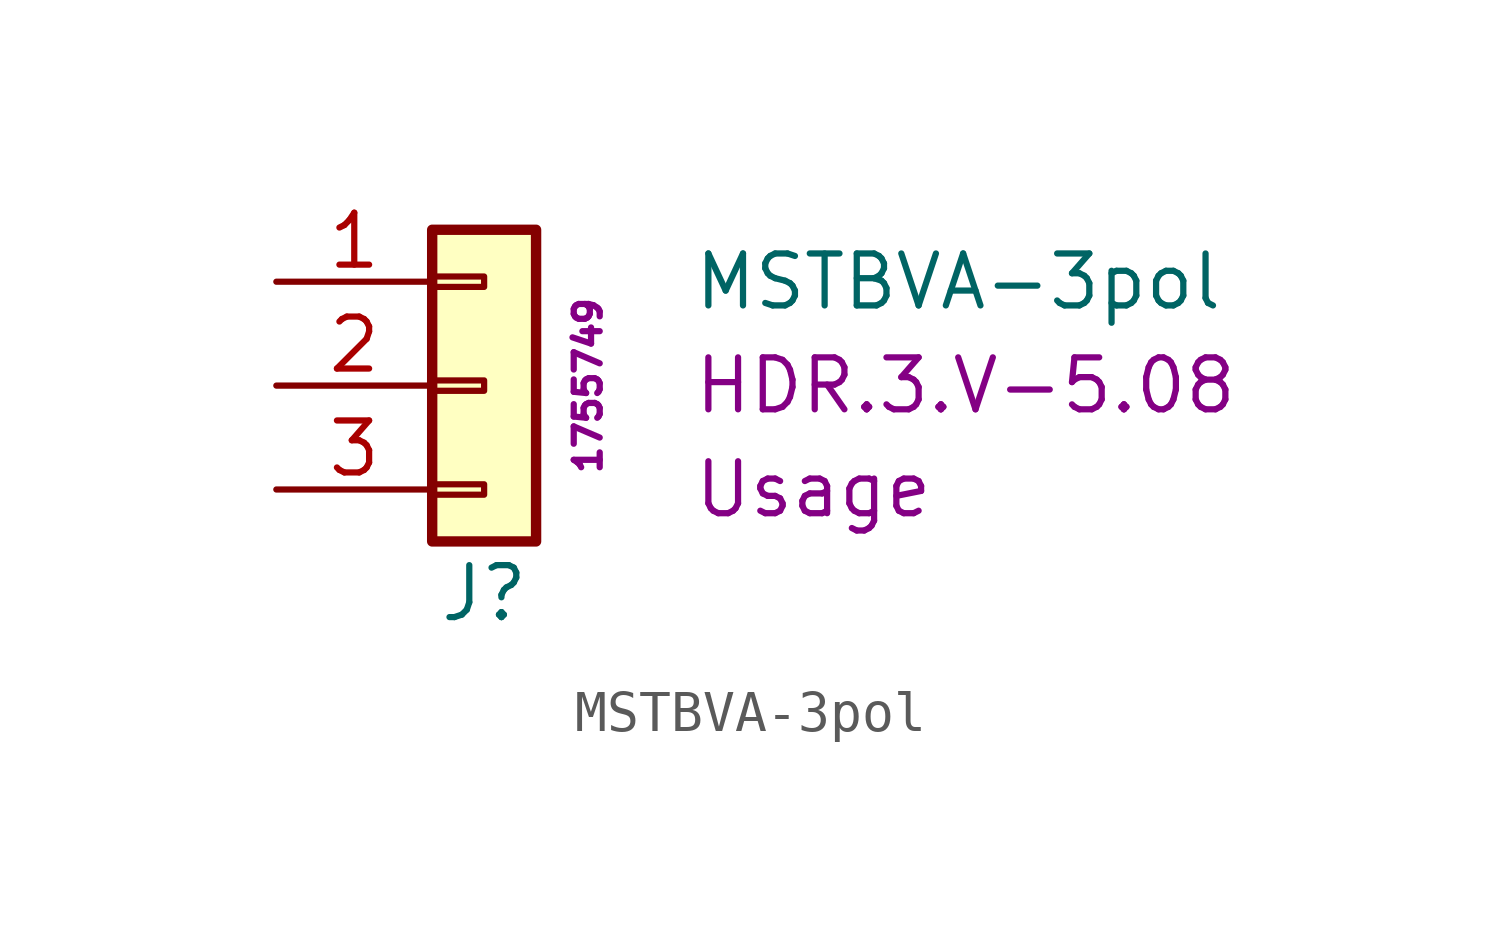
<source format=kicad_sym>
(kicad_symbol_lib
  (version 20231120)
  (generator "kicad_symbol_editor")
  (generator_version "8.0")
  (symbol "MSTBVA-3pol"
    (pin_names
      (offset 1.016) hide)
    (property "Reference" "J"
      (at 0 -5.08 0)
      (effects (font (size 1.27 1.27))))
    (property "Value" "MSTBVA-3pol"
      (at 5.08 2.54 0)
      (effects (font (size 1.27 1.27)) (justify left)))
    (property "Package" "HDR.3.V-5.08"
      (at 5.08 0 0)
      (effects (font (size 1.27 1.27)) (justify left)))
    (property "Usage" "Usage"
      (at 5.08 -2.54 0)
      (effects (font (size 1.27 1.27)) (justify left)))
    (property "MPN" "1755749"
      (at 2.54 0 90)
      (effects (font (size 0.635 0.635))))
    (symbol "MSTBVA-3pol_1_1"
      (rectangle (start -1.27 -2.413) (end 0 -2.667) (stroke (width 0.152) (type default)) (fill (type none)))
      (rectangle (start -1.27 0.127) (end 0 -0.127) (stroke (width 0.152) (type default)) (fill (type none)))
      (rectangle (start -1.27 2.667) (end 0 2.413) (stroke (width 0.152) (type default)) (fill (type none)))
      (rectangle (start -1.27 3.81) (end 1.27 -3.81) (stroke (width 0.254) (type default)) (fill (type background)))
      (pin passive line (at -5.08 2.54 0) (length 3.81) (name "Pin_1" (effects (font (size 1.27 1.27)))) (number "1" (effects (font (size 1.27 1.27)))))
      (pin passive line (at -5.08 0 0) (length 3.81) (name "Pin_2" (effects (font (size 1.27 1.27)))) (number "2" (effects (font (size 1.27 1.27)))))
      (pin passive line (at -5.08 -2.54 0) (length 3.81) (name "Pin_3" (effects (font (size 1.27 1.27)))) (number "3" (effects (font (size 1.27 1.27))))))))
</source>
